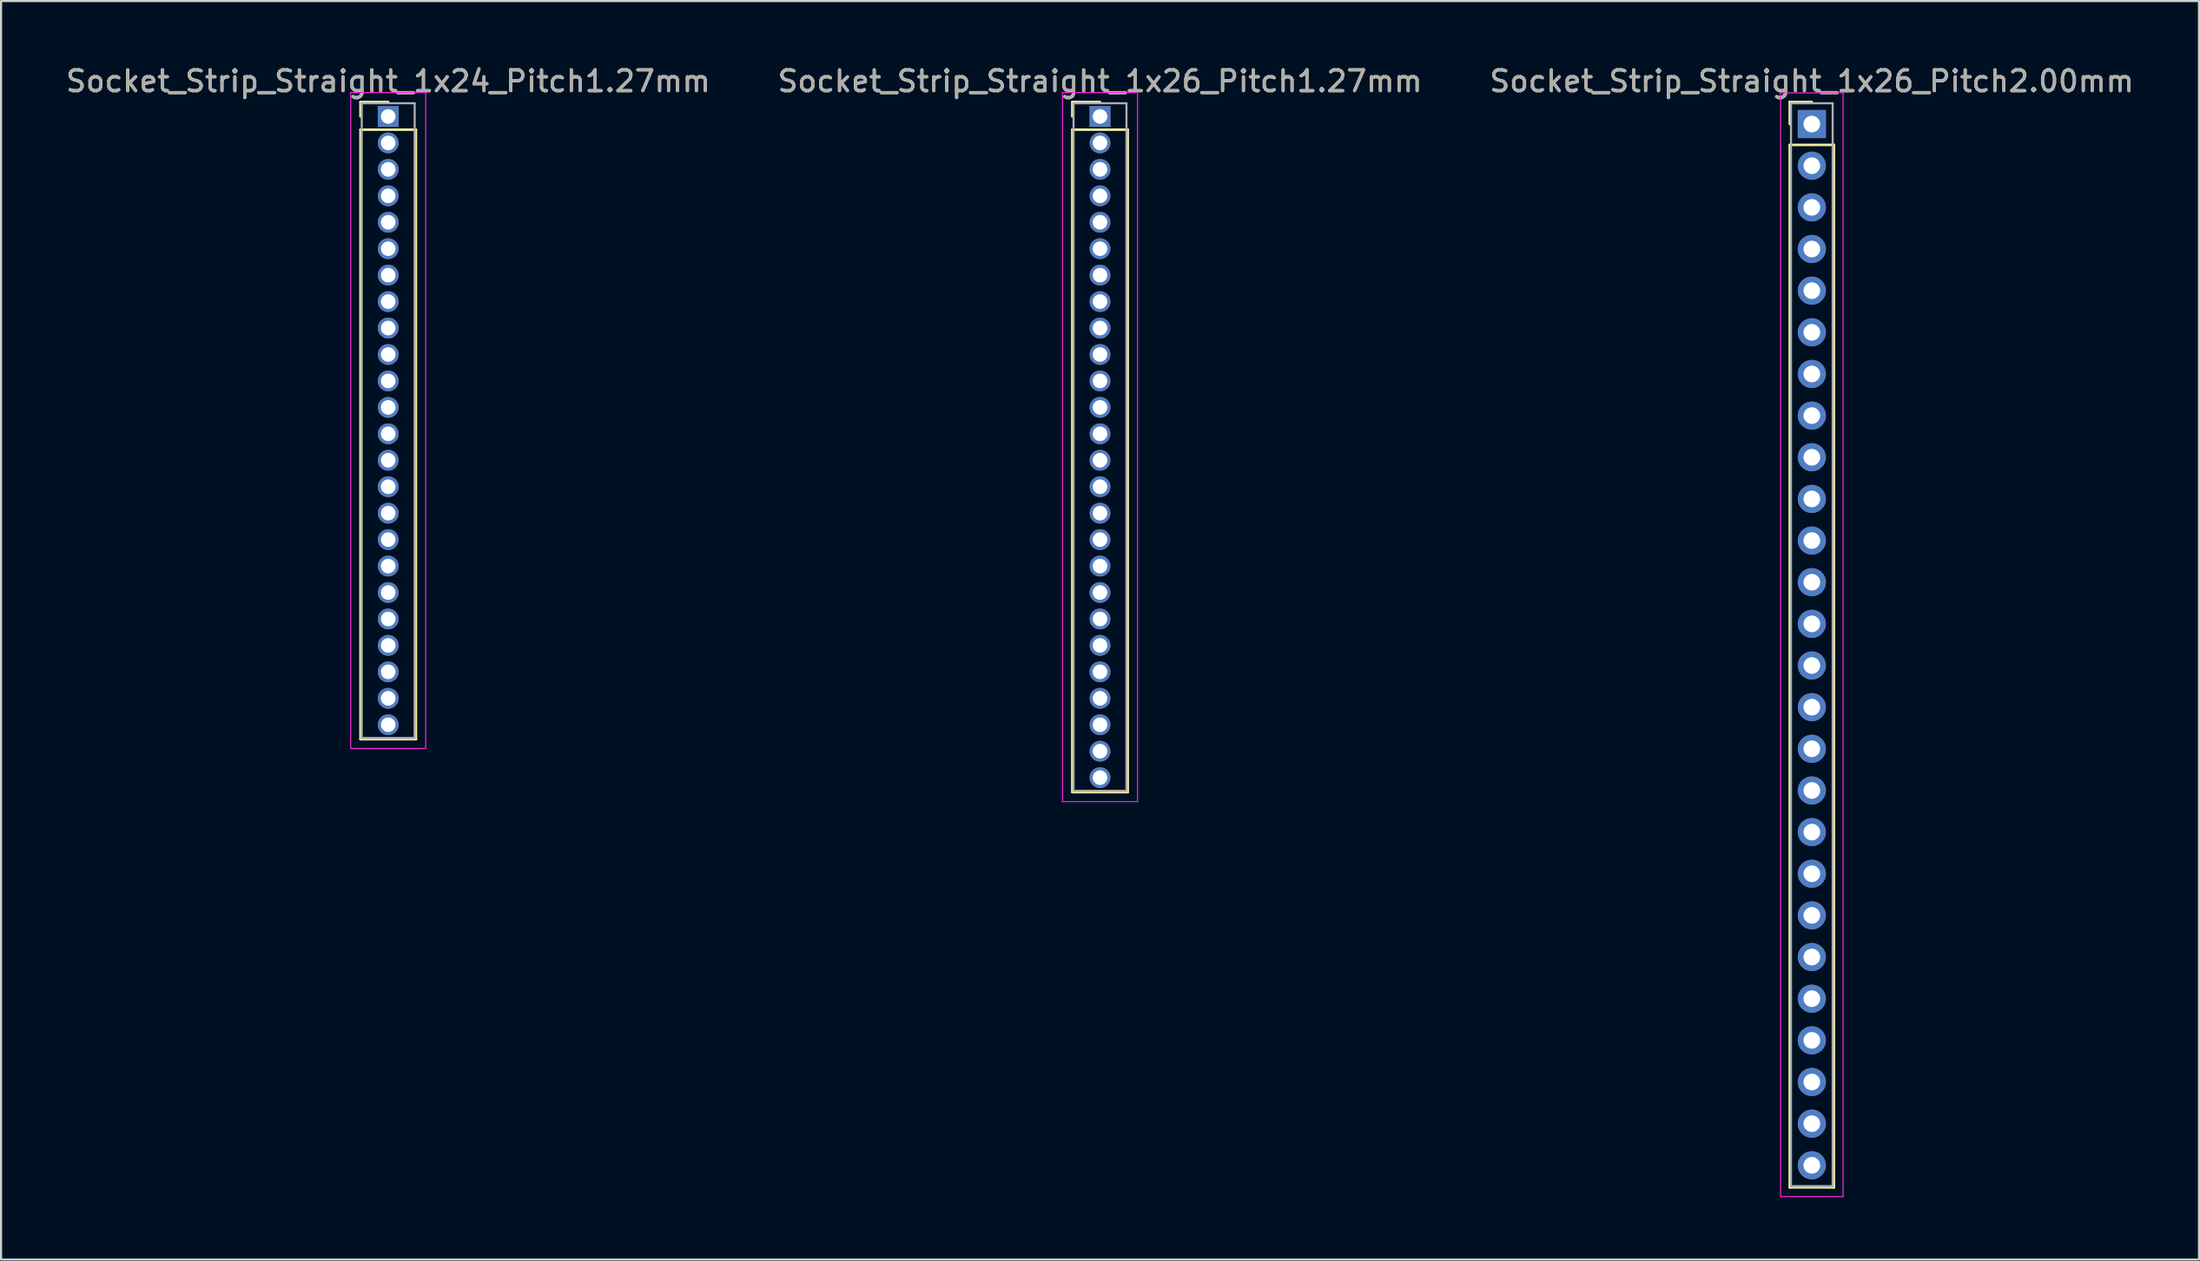
<source format=kicad_pcb>
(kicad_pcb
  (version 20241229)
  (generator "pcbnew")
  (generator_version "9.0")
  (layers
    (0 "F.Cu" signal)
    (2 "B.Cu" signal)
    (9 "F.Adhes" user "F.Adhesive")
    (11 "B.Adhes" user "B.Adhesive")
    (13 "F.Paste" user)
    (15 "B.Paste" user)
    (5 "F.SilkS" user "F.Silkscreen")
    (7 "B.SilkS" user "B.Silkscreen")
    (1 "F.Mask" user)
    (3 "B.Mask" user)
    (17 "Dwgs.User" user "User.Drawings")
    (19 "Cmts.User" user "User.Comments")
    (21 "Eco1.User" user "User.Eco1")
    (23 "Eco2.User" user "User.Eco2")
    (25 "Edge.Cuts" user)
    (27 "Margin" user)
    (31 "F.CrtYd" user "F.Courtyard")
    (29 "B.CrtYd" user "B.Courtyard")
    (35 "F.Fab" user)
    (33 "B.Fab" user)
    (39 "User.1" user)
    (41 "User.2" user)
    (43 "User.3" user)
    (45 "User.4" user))
  (footprint "Socket_Strip_Straight_1x24_Pitch1.27mm"
    (layer "F.Cu")
    (at 15.577 2.543)
    (property "Reference" "Socket_Strip_Straight_1x24_Pitch1.27mm" (at 0 -1.695 0) (layer "F.SilkS") (effects (font (size 1 1) (thickness 0.15))))
    (attr through_hole)
    (fp_line (start -1.33 -0.695) (end 0 -0.695) (stroke (width 0.12) (type solid)) (layer "F.SilkS"))
    (fp_line (start -1.33 0) (end -1.33 -0.695) (stroke (width 0.12) (type solid)) (layer "F.SilkS"))
    (fp_line (start -1.33 0.635) (end -1.33 29.905) (stroke (width 0.12) (type solid)) (layer "F.SilkS"))
    (fp_line (start -1.33 29.905) (end 1.33 29.905) (stroke (width 0.12) (type solid)) (layer "F.SilkS"))
    (fp_line (start 1.33 0.635) (end -1.33 0.635) (stroke (width 0.12) (type solid)) (layer "F.SilkS"))
    (fp_line (start 1.33 29.905) (end 1.33 0.635) (stroke (width 0.12) (type solid)) (layer "F.SilkS"))
    (fp_line (start -1.8 -1.15) (end -1.8 30.35) (stroke (width 0.05) (type solid)) (layer "F.CrtYd"))
    (fp_line (start -1.8 30.35) (end 1.8 30.35) (stroke (width 0.05) (type solid)) (layer "F.CrtYd"))
    (fp_line (start 1.8 -1.15) (end -1.8 -1.15) (stroke (width 0.05) (type solid)) (layer "F.CrtYd"))
    (fp_line (start 1.8 30.35) (end 1.8 -1.15) (stroke (width 0.05) (type solid)) (layer "F.CrtYd"))
    (fp_line (start -1.27 -0.635) (end -1.27 29.845) (stroke (width 0.1) (type solid)) (layer "F.Fab"))
    (fp_line (start -1.27 29.845) (end 1.27 29.845) (stroke (width 0.1) (type solid)) (layer "F.Fab"))
    (fp_line (start 1.27 -0.635) (end -1.27 -0.635) (stroke (width 0.1) (type solid)) (layer "F.Fab"))
    (fp_line (start 1.27 29.845) (end 1.27 -0.635) (stroke (width 0.1) (type solid)) (layer "F.Fab"))
    (fp_text user "${REFERENCE}" (at 0 -1.695 0) (layer "F.Fab") (effects (font (size 1 1) (thickness 0.15))))
    (pad "1" thru_hole rect (at 0 0) (size 1 1) (drill 0.7) (layers "*.Cu" "*.Mask"))
    (pad "2" thru_hole oval (at 0 1.27) (size 1 1) (drill 0.7) (layers "*.Cu" "*.Mask"))
    (pad "3" thru_hole oval (at 0 2.54) (size 1 1) (drill 0.7) (layers "*.Cu" "*.Mask"))
    (pad "4" thru_hole oval (at 0 3.81) (size 1 1) (drill 0.7) (layers "*.Cu" "*.Mask"))
    (pad "5" thru_hole oval (at 0 5.08) (size 1 1) (drill 0.7) (layers "*.Cu" "*.Mask"))
    (pad "6" thru_hole oval (at 0 6.35) (size 1 1) (drill 0.7) (layers "*.Cu" "*.Mask"))
    (pad "7" thru_hole oval (at 0 7.62) (size 1 1) (drill 0.7) (layers "*.Cu" "*.Mask"))
    (pad "8" thru_hole oval (at 0 8.89) (size 1 1) (drill 0.7) (layers "*.Cu" "*.Mask"))
    (pad "9" thru_hole oval (at 0 10.16) (size 1 1) (drill 0.7) (layers "*.Cu" "*.Mask"))
    (pad "10" thru_hole oval (at 0 11.43) (size 1 1) (drill 0.7) (layers "*.Cu" "*.Mask"))
    (pad "11" thru_hole oval (at 0 12.7) (size 1 1) (drill 0.7) (layers "*.Cu" "*.Mask"))
    (pad "12" thru_hole oval (at 0 13.97) (size 1 1) (drill 0.7) (layers "*.Cu" "*.Mask"))
    (pad "13" thru_hole oval (at 0 15.24) (size 1 1) (drill 0.7) (layers "*.Cu" "*.Mask"))
    (pad "14" thru_hole oval (at 0 16.51) (size 1 1) (drill 0.7) (layers "*.Cu" "*.Mask"))
    (pad "15" thru_hole oval (at 0 17.78) (size 1 1) (drill 0.7) (layers "*.Cu" "*.Mask"))
    (pad "16" thru_hole oval (at 0 19.05) (size 1 1) (drill 0.7) (layers "*.Cu" "*.Mask"))
    (pad "17" thru_hole oval (at 0 20.32) (size 1 1) (drill 0.7) (layers "*.Cu" "*.Mask"))
    (pad "18" thru_hole oval (at 0 21.59) (size 1 1) (drill 0.7) (layers "*.Cu" "*.Mask"))
    (pad "19" thru_hole oval (at 0 22.86) (size 1 1) (drill 0.7) (layers "*.Cu" "*.Mask"))
    (pad "20" thru_hole oval (at 0 24.13) (size 1 1) (drill 0.7) (layers "*.Cu" "*.Mask"))
    (pad "21" thru_hole oval (at 0 25.4) (size 1 1) (drill 0.7) (layers "*.Cu" "*.Mask"))
    (pad "22" thru_hole oval (at 0 26.67) (size 1 1) (drill 0.7) (layers "*.Cu" "*.Mask"))
    (pad "23" thru_hole oval (at 0 27.94) (size 1 1) (drill 0.7) (layers "*.Cu" "*.Mask"))
    (pad "24" thru_hole oval (at 0 29.21) (size 1 1) (drill 0.7) (layers "*.Cu" "*.Mask")))
  (footprint "Socket_Strip_Straight_1x26_Pitch1.27mm"
    (layer "F.Cu")
    (at 49.732 2.543)
    (property "Reference" "Socket_Strip_Straight_1x26_Pitch1.27mm" (at 0 -1.695 0) (layer "F.SilkS") (effects (font (size 1 1) (thickness 0.15))))
    (attr through_hole)
    (fp_line (start -1.33 -0.695) (end 0 -0.695) (stroke (width 0.12) (type solid)) (layer "F.SilkS"))
    (fp_line (start -1.33 0) (end -1.33 -0.695) (stroke (width 0.12) (type solid)) (layer "F.SilkS"))
    (fp_line (start -1.33 0.635) (end -1.33 32.445) (stroke (width 0.12) (type solid)) (layer "F.SilkS"))
    (fp_line (start -1.33 32.445) (end 1.33 32.445) (stroke (width 0.12) (type solid)) (layer "F.SilkS"))
    (fp_line (start 1.33 0.635) (end -1.33 0.635) (stroke (width 0.12) (type solid)) (layer "F.SilkS"))
    (fp_line (start 1.33 32.445) (end 1.33 0.635) (stroke (width 0.12) (type solid)) (layer "F.SilkS"))
    (fp_line (start -1.8 -1.15) (end -1.8 32.9) (stroke (width 0.05) (type solid)) (layer "F.CrtYd"))
    (fp_line (start -1.8 32.9) (end 1.8 32.9) (stroke (width 0.05) (type solid)) (layer "F.CrtYd"))
    (fp_line (start 1.8 -1.15) (end -1.8 -1.15) (stroke (width 0.05) (type solid)) (layer "F.CrtYd"))
    (fp_line (start 1.8 32.9) (end 1.8 -1.15) (stroke (width 0.05) (type solid)) (layer "F.CrtYd"))
    (fp_line (start -1.27 -0.635) (end -1.27 32.385) (stroke (width 0.1) (type solid)) (layer "F.Fab"))
    (fp_line (start -1.27 32.385) (end 1.27 32.385) (stroke (width 0.1) (type solid)) (layer "F.Fab"))
    (fp_line (start 1.27 -0.635) (end -1.27 -0.635) (stroke (width 0.1) (type solid)) (layer "F.Fab"))
    (fp_line (start 1.27 32.385) (end 1.27 -0.635) (stroke (width 0.1) (type solid)) (layer "F.Fab"))
    (fp_text user "${REFERENCE}" (at 0 -1.695 0) (layer "F.Fab") (effects (font (size 1 1) (thickness 0.15))))
    (pad "1" thru_hole rect (at 0 0) (size 1 1) (drill 0.7) (layers "*.Cu" "*.Mask"))
    (pad "2" thru_hole oval (at 0 1.27) (size 1 1) (drill 0.7) (layers "*.Cu" "*.Mask"))
    (pad "3" thru_hole oval (at 0 2.54) (size 1 1) (drill 0.7) (layers "*.Cu" "*.Mask"))
    (pad "4" thru_hole oval (at 0 3.81) (size 1 1) (drill 0.7) (layers "*.Cu" "*.Mask"))
    (pad "5" thru_hole oval (at 0 5.08) (size 1 1) (drill 0.7) (layers "*.Cu" "*.Mask"))
    (pad "6" thru_hole oval (at 0 6.35) (size 1 1) (drill 0.7) (layers "*.Cu" "*.Mask"))
    (pad "7" thru_hole oval (at 0 7.62) (size 1 1) (drill 0.7) (layers "*.Cu" "*.Mask"))
    (pad "8" thru_hole oval (at 0 8.89) (size 1 1) (drill 0.7) (layers "*.Cu" "*.Mask"))
    (pad "9" thru_hole oval (at 0 10.16) (size 1 1) (drill 0.7) (layers "*.Cu" "*.Mask"))
    (pad "10" thru_hole oval (at 0 11.43) (size 1 1) (drill 0.7) (layers "*.Cu" "*.Mask"))
    (pad "11" thru_hole oval (at 0 12.7) (size 1 1) (drill 0.7) (layers "*.Cu" "*.Mask"))
    (pad "12" thru_hole oval (at 0 13.97) (size 1 1) (drill 0.7) (layers "*.Cu" "*.Mask"))
    (pad "13" thru_hole oval (at 0 15.24) (size 1 1) (drill 0.7) (layers "*.Cu" "*.Mask"))
    (pad "14" thru_hole oval (at 0 16.51) (size 1 1) (drill 0.7) (layers "*.Cu" "*.Mask"))
    (pad "15" thru_hole oval (at 0 17.78) (size 1 1) (drill 0.7) (layers "*.Cu" "*.Mask"))
    (pad "16" thru_hole oval (at 0 19.05) (size 1 1) (drill 0.7) (layers "*.Cu" "*.Mask"))
    (pad "17" thru_hole oval (at 0 20.32) (size 1 1) (drill 0.7) (layers "*.Cu" "*.Mask"))
    (pad "18" thru_hole oval (at 0 21.59) (size 1 1) (drill 0.7) (layers "*.Cu" "*.Mask"))
    (pad "19" thru_hole oval (at 0 22.86) (size 1 1) (drill 0.7) (layers "*.Cu" "*.Mask"))
    (pad "20" thru_hole oval (at 0 24.13) (size 1 1) (drill 0.7) (layers "*.Cu" "*.Mask"))
    (pad "21" thru_hole oval (at 0 25.4) (size 1 1) (drill 0.7) (layers "*.Cu" "*.Mask"))
    (pad "22" thru_hole oval (at 0 26.67) (size 1 1) (drill 0.7) (layers "*.Cu" "*.Mask"))
    (pad "23" thru_hole oval (at 0 27.94) (size 1 1) (drill 0.7) (layers "*.Cu" "*.Mask"))
    (pad "24" thru_hole oval (at 0 29.21) (size 1 1) (drill 0.7) (layers "*.Cu" "*.Mask"))
    (pad "25" thru_hole oval (at 0 30.48) (size 1 1) (drill 0.7) (layers "*.Cu" "*.Mask"))
    (pad "26" thru_hole oval (at 0 31.75) (size 1 1) (drill 0.7) (layers "*.Cu" "*.Mask")))
  (footprint "Socket_Strip_Straight_1x26_Pitch2.00mm"
    (layer "F.Cu")
    (at 83.887 2.908)
    (property "Reference" "Socket_Strip_Straight_1x26_Pitch2.00mm" (at 0 -2.06 0) (layer "F.SilkS") (effects (font (size 1 1) (thickness 0.15))))
    (attr through_hole)
    (fp_line (start -1.06 -1.06) (end 0 -1.06) (stroke (width 0.12) (type solid)) (layer "F.SilkS"))
    (fp_line (start -1.06 0) (end -1.06 -1.06) (stroke (width 0.12) (type solid)) (layer "F.SilkS"))
    (fp_line (start -1.06 1) (end -1.06 51.06) (stroke (width 0.12) (type solid)) (layer "F.SilkS"))
    (fp_line (start -1.06 51.06) (end 1.06 51.06) (stroke (width 0.12) (type solid)) (layer "F.SilkS"))
    (fp_line (start 1.06 1) (end -1.06 1) (stroke (width 0.12) (type solid)) (layer "F.SilkS"))
    (fp_line (start 1.06 51.06) (end 1.06 1) (stroke (width 0.12) (type solid)) (layer "F.SilkS"))
    (fp_line (start -1.5 -1.5) (end -1.5 51.5) (stroke (width 0.05) (type solid)) (layer "F.CrtYd"))
    (fp_line (start -1.5 51.5) (end 1.5 51.5) (stroke (width 0.05) (type solid)) (layer "F.CrtYd"))
    (fp_line (start 1.5 -1.5) (end -1.5 -1.5) (stroke (width 0.05) (type solid)) (layer "F.CrtYd"))
    (fp_line (start 1.5 51.5) (end 1.5 -1.5) (stroke (width 0.05) (type solid)) (layer "F.CrtYd"))
    (fp_line (start -1 -1) (end -1 51) (stroke (width 0.1) (type solid)) (layer "F.Fab"))
    (fp_line (start -1 51) (end 1 51) (stroke (width 0.1) (type solid)) (layer "F.Fab"))
    (fp_line (start 1 -1) (end -1 -1) (stroke (width 0.1) (type solid)) (layer "F.Fab"))
    (fp_line (start 1 51) (end 1 -1) (stroke (width 0.1) (type solid)) (layer "F.Fab"))
    (fp_text user "${REFERENCE}" (at 0 -2.06 0) (layer "F.Fab") (effects (font (size 1 1) (thickness 0.15))))
    (pad "1" thru_hole rect (at 0 0) (size 1.35 1.35) (drill 0.8) (layers "*.Cu" "*.Mask"))
    (pad "2" thru_hole oval (at 0 2) (size 1.35 1.35) (drill 0.8) (layers "*.Cu" "*.Mask"))
    (pad "3" thru_hole oval (at 0 4) (size 1.35 1.35) (drill 0.8) (layers "*.Cu" "*.Mask"))
    (pad "4" thru_hole oval (at 0 6) (size 1.35 1.35) (drill 0.8) (layers "*.Cu" "*.Mask"))
    (pad "5" thru_hole oval (at 0 8) (size 1.35 1.35) (drill 0.8) (layers "*.Cu" "*.Mask"))
    (pad "6" thru_hole oval (at 0 10) (size 1.35 1.35) (drill 0.8) (layers "*.Cu" "*.Mask"))
    (pad "7" thru_hole oval (at 0 12) (size 1.35 1.35) (drill 0.8) (layers "*.Cu" "*.Mask"))
    (pad "8" thru_hole oval (at 0 14) (size 1.35 1.35) (drill 0.8) (layers "*.Cu" "*.Mask"))
    (pad "9" thru_hole oval (at 0 16) (size 1.35 1.35) (drill 0.8) (layers "*.Cu" "*.Mask"))
    (pad "10" thru_hole oval (at 0 18) (size 1.35 1.35) (drill 0.8) (layers "*.Cu" "*.Mask"))
    (pad "11" thru_hole oval (at 0 20) (size 1.35 1.35) (drill 0.8) (layers "*.Cu" "*.Mask"))
    (pad "12" thru_hole oval (at 0 22) (size 1.35 1.35) (drill 0.8) (layers "*.Cu" "*.Mask"))
    (pad "13" thru_hole oval (at 0 24) (size 1.35 1.35) (drill 0.8) (layers "*.Cu" "*.Mask"))
    (pad "14" thru_hole oval (at 0 26) (size 1.35 1.35) (drill 0.8) (layers "*.Cu" "*.Mask"))
    (pad "15" thru_hole oval (at 0 28) (size 1.35 1.35) (drill 0.8) (layers "*.Cu" "*.Mask"))
    (pad "16" thru_hole oval (at 0 30) (size 1.35 1.35) (drill 0.8) (layers "*.Cu" "*.Mask"))
    (pad "17" thru_hole oval (at 0 32) (size 1.35 1.35) (drill 0.8) (layers "*.Cu" "*.Mask"))
    (pad "18" thru_hole oval (at 0 34) (size 1.35 1.35) (drill 0.8) (layers "*.Cu" "*.Mask"))
    (pad "19" thru_hole oval (at 0 36) (size 1.35 1.35) (drill 0.8) (layers "*.Cu" "*.Mask"))
    (pad "20" thru_hole oval (at 0 38) (size 1.35 1.35) (drill 0.8) (layers "*.Cu" "*.Mask"))
    (pad "21" thru_hole oval (at 0 40) (size 1.35 1.35) (drill 0.8) (layers "*.Cu" "*.Mask"))
    (pad "22" thru_hole oval (at 0 42) (size 1.35 1.35) (drill 0.8) (layers "*.Cu" "*.Mask"))
    (pad "23" thru_hole oval (at 0 44) (size 1.35 1.35) (drill 0.8) (layers "*.Cu" "*.Mask"))
    (pad "24" thru_hole oval (at 0 46) (size 1.35 1.35) (drill 0.8) (layers "*.Cu" "*.Mask"))
    (pad "25" thru_hole oval (at 0 48) (size 1.35 1.35) (drill 0.8) (layers "*.Cu" "*.Mask"))
    (pad "26" thru_hole oval (at 0 50) (size 1.35 1.35) (drill 0.8) (layers "*.Cu" "*.Mask")))
  (gr_rect
    (start -3 -3)
    (end 102.464 57.433)
    (stroke (width 0.1) (type default))
    (fill no)
    (layer "Edge.Cuts")))
</source>
